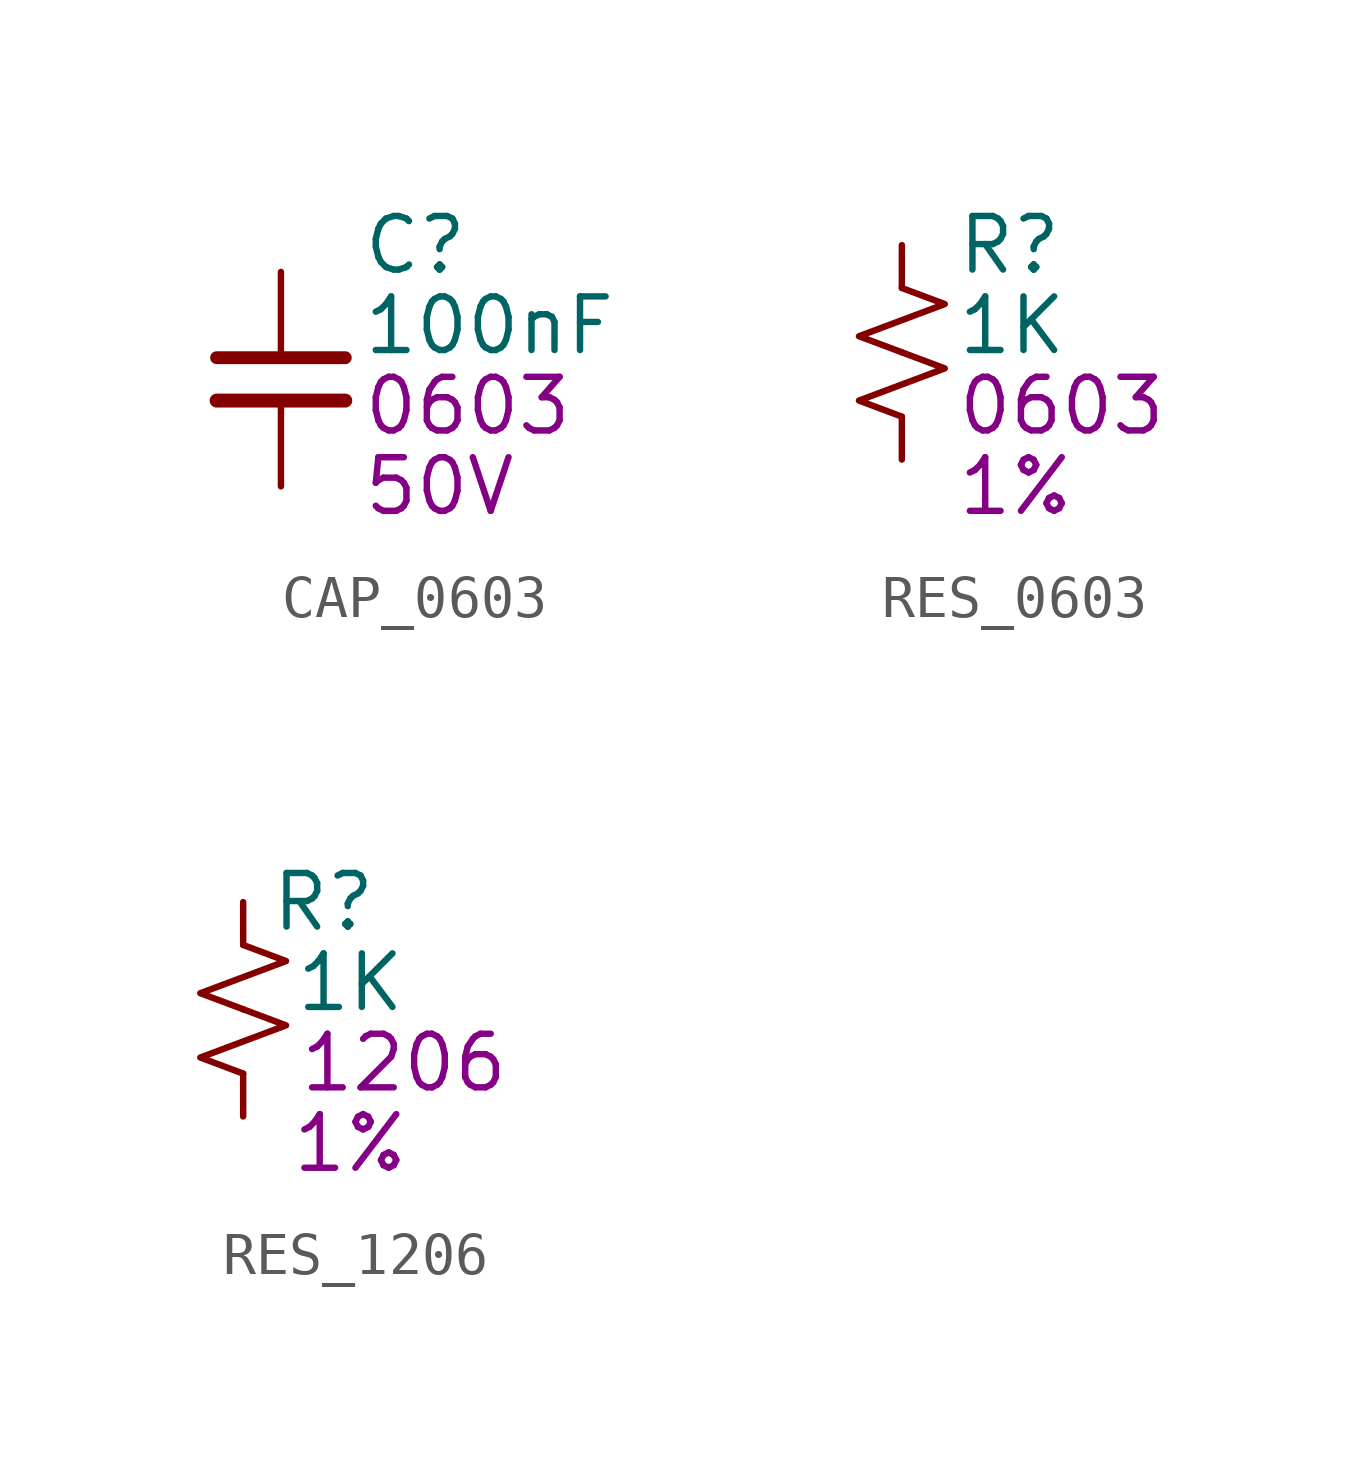
<source format=kicad_sym>
(kicad_symbol_lib
  (version 20231120)
  (generator "kicad_symbol_editor")
  (generator_version "8.0")
  (symbol "CAP_0603"
    (pin_numbers hide)
    (property "Reference" "C"
      (at 1.905 0.635 0)
      (effects (font (size 1.27 1.27)) (justify left)))
    (property "Value" "100nF"
      (at 1.905 -1.27 0)
      (effects (font (size 1.27 1.27)) (justify left)))
    (property "Package" "0603"
      (at 1.905 -3.175 0)
      (effects (font (size 1.27 1.27)) (justify left)))
    (property "Voltage" "50V"
      (at 1.905 -5.08 0)
      (effects (font (size 1.27 1.27)) (justify left)))
    (symbol "CAP_0603_0_1"
      (polyline (pts (xy -1.524 -3.048) (xy 1.524 -3.048)) (stroke (width 0.33) (type default)) (fill (type none)))
      (polyline (pts (xy -1.524 -2.032) (xy 1.524 -2.032)) (stroke (width 0.305) (type default)) (fill (type none))))
    (symbol "CAP_0603_1_1"
      (pin passive line (at 0 0 270) (length 2.032) (name "~" (effects (font (size 1.27 1.27)))) (number "1" (effects (font (size 1.27 1.27)))))
      (pin passive line (at 0 -5.08 90) (length 2.032) (name "~" (effects (font (size 1.27 1.27)))) (number "2" (effects (font (size 1.27 1.27)))))))
  (symbol "RES_0603"
    (pin_numbers hide)
    (property "Reference" "R"
      (at 1.27 0 0)
      (effects (font (size 1.27 1.27)) (justify left)))
    (property "Value" "1K"
      (at 1.27 -1.905 0)
      (effects (font (size 1.27 1.27)) (justify left)))
    (property "Package" "0603"
      (at 1.27 -3.81 0)
      (effects (font (size 1.27 1.27)) (justify left)))
    (property "Tolerance" "1%"
      (at 1.27 -5.715 0)
      (effects (font (size 1.27 1.27)) (justify left)))
    (symbol "RES_0603_1_1"
      (polyline (pts (xy 0 -2.54) (xy 1.016 -2.921) (xy 0 -3.302) (xy -1.016 -3.683) (xy 0 -4.064)) (stroke (width 0) (type default)) (fill (type none)))
      (polyline (pts (xy 0 -1.016) (xy 1.016 -1.397) (xy 0 -1.778) (xy -1.016 -2.159) (xy 0 -2.54)) (stroke (width 0) (type default)) (fill (type none)))
      (pin passive line (at 0 0 270) (length 1.016) (name "~" (effects (font (size 1.27 1.27)))) (number "1" (effects (font (size 1.27 1.27)))))
      (pin passive line (at 0 -5.08 90) (length 1.016) (name "~" (effects (font (size 1.27 1.27)))) (number "2" (effects (font (size 1.27 1.27)))))))
  (symbol "RES_1206"
    (pin_numbers hide)
    (property "Reference" "R"
      (at 1.905 0 0)
      (effects (font (size 1.27 1.27))))
    (property "Value" "1K"
      (at 2.54 -1.905 0)
      (effects (font (size 1.27 1.27))))
    (property "Package" "1206"
      (at 3.81 -3.81 0)
      (effects (font (size 1.27 1.27))))
    (property "Tolerance" "1%"
      (at 2.54 -5.715 0)
      (effects (font (size 1.27 1.27))))
    (symbol "RES_1206_1_1"
      (polyline (pts (xy 0 -2.54) (xy 1.016 -2.921) (xy 0 -3.302) (xy -1.016 -3.683) (xy 0 -4.064)) (stroke (width 0) (type default)) (fill (type none)))
      (polyline (pts (xy 0 -1.016) (xy 1.016 -1.397) (xy 0 -1.778) (xy -1.016 -2.159) (xy 0 -2.54)) (stroke (width 0) (type default)) (fill (type none)))
      (pin passive line (at 0 0 270) (length 1.016) (name "~" (effects (font (size 1.27 1.27)))) (number "1" (effects (font (size 1.27 1.27)))))
      (pin passive line (at 0 -5.08 90) (length 1.016) (name "~" (effects (font (size 1.27 1.27)))) (number "2" (effects (font (size 1.27 1.27))))))))
</source>
